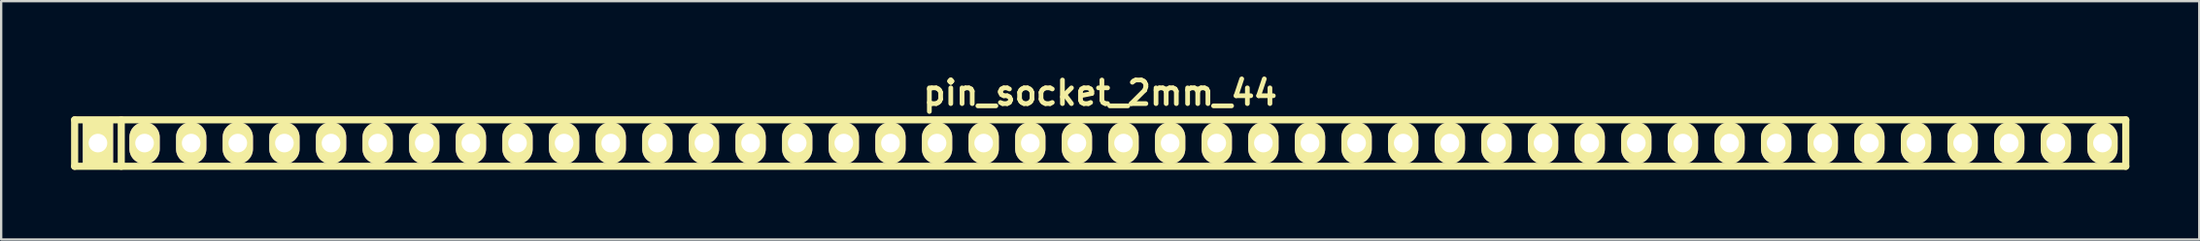
<source format=kicad_pcb>
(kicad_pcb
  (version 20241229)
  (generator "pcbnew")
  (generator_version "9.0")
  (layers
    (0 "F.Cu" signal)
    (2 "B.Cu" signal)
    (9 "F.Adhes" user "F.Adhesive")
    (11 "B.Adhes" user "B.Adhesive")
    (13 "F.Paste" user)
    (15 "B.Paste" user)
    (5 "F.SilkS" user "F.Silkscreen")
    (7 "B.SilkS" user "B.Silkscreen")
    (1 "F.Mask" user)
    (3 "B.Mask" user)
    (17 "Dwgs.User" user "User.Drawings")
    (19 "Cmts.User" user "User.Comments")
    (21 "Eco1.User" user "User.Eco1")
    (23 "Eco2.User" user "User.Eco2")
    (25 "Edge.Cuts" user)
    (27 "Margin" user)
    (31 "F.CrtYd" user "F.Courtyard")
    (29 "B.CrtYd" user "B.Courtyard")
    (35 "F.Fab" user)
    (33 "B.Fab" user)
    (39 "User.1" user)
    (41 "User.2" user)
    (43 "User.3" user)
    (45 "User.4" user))
  (footprint "pin_socket_2mm_44"
    (layer "F.Cu")
    (at 44.152 3.11)
    (property "Reference" "pin_socket_2mm_44" (at 0 -2.159 0) (layer "F.SilkS") (effects (font (size 1.016 1.016) (thickness 0.203))))
    (attr through_hole)
    (fp_line (start -44 -1) (end 44 -1) (stroke (width 0.305) (type solid)) (layer "F.SilkS"))
    (fp_line (start -44 1) (end -44 -1) (stroke (width 0.305) (type solid)) (layer "F.SilkS"))
    (fp_line (start -42 -1) (end -42 1) (stroke (width 0.305) (type solid)) (layer "F.SilkS"))
    (fp_line (start 44 -1) (end 44 1) (stroke (width 0.305) (type solid)) (layer "F.SilkS"))
    (fp_line (start 44 1) (end -44 1) (stroke (width 0.305) (type solid)) (layer "F.SilkS"))
    (pad "1" thru_hole rect (at -43 0) (size 1.3 1.8) (drill 0.8) (layers "*.Cu" "*.Mask" "F.SilkS"))
    (pad "2" thru_hole oval (at -41 0) (size 1.3 1.8) (drill 0.8) (layers "*.Cu" "*.Mask" "F.SilkS"))
    (pad "3" thru_hole oval (at -39 0) (size 1.3 1.8) (drill 0.8) (layers "*.Cu" "*.Mask" "F.SilkS"))
    (pad "4" thru_hole oval (at -37 0) (size 1.3 1.8) (drill 0.8) (layers "*.Cu" "*.Mask" "F.SilkS"))
    (pad "5" thru_hole oval (at -35 0) (size 1.3 1.8) (drill 0.8) (layers "*.Cu" "*.Mask" "F.SilkS"))
    (pad "6" thru_hole oval (at -33 0) (size 1.3 1.8) (drill 0.8) (layers "*.Cu" "*.Mask" "F.SilkS"))
    (pad "7" thru_hole oval (at -31 0) (size 1.3 1.8) (drill 0.8) (layers "*.Cu" "*.Mask" "F.SilkS"))
    (pad "8" thru_hole oval (at -29 0) (size 1.3 1.8) (drill 0.8) (layers "*.Cu" "*.Mask" "F.SilkS"))
    (pad "9" thru_hole oval (at -27 0) (size 1.3 1.8) (drill 0.8) (layers "*.Cu" "*.Mask" "F.SilkS"))
    (pad "10" thru_hole oval (at -25 0) (size 1.3 1.8) (drill 0.8) (layers "*.Cu" "*.Mask" "F.SilkS"))
    (pad "11" thru_hole oval (at -23 0) (size 1.3 1.8) (drill 0.8) (layers "*.Cu" "*.Mask" "F.SilkS"))
    (pad "12" thru_hole oval (at -21 0) (size 1.3 1.8) (drill 0.8) (layers "*.Cu" "*.Mask" "F.SilkS"))
    (pad "13" thru_hole oval (at -19 0) (size 1.3 1.8) (drill 0.8) (layers "*.Cu" "*.Mask" "F.SilkS"))
    (pad "14" thru_hole oval (at -17 0) (size 1.3 1.8) (drill 0.8) (layers "*.Cu" "*.Mask" "F.SilkS"))
    (pad "15" thru_hole oval (at -15 0) (size 1.3 1.8) (drill 0.8) (layers "*.Cu" "*.Mask" "F.SilkS"))
    (pad "16" thru_hole oval (at -13 0) (size 1.3 1.8) (drill 0.8) (layers "*.Cu" "*.Mask" "F.SilkS"))
    (pad "17" thru_hole oval (at -11 0) (size 1.3 1.8) (drill 0.8) (layers "*.Cu" "*.Mask" "F.SilkS"))
    (pad "18" thru_hole oval (at -9 0) (size 1.3 1.8) (drill 0.8) (layers "*.Cu" "*.Mask" "F.SilkS"))
    (pad "19" thru_hole oval (at -7 0) (size 1.3 1.8) (drill 0.8) (layers "*.Cu" "*.Mask" "F.SilkS"))
    (pad "20" thru_hole oval (at -5 0) (size 1.3 1.8) (drill 0.8) (layers "*.Cu" "*.Mask" "F.SilkS"))
    (pad "21" thru_hole oval (at -3 0) (size 1.3 1.8) (drill 0.8) (layers "*.Cu" "*.Mask" "F.SilkS"))
    (pad "22" thru_hole oval (at -1 0) (size 1.3 1.8) (drill 0.8) (layers "*.Cu" "*.Mask" "F.SilkS"))
    (pad "23" thru_hole oval (at 1 0) (size 1.3 1.8) (drill 0.8) (layers "*.Cu" "*.Mask" "F.SilkS"))
    (pad "24" thru_hole oval (at 3 0) (size 1.3 1.8) (drill 0.8) (layers "*.Cu" "*.Mask" "F.SilkS"))
    (pad "25" thru_hole oval (at 5 0) (size 1.3 1.8) (drill 0.8) (layers "*.Cu" "*.Mask" "F.SilkS"))
    (pad "26" thru_hole oval (at 7 0) (size 1.3 1.8) (drill 0.8) (layers "*.Cu" "*.Mask" "F.SilkS"))
    (pad "27" thru_hole oval (at 9 0) (size 1.3 1.8) (drill 0.8) (layers "*.Cu" "*.Mask" "F.SilkS"))
    (pad "28" thru_hole oval (at 11 0) (size 1.3 1.8) (drill 0.8) (layers "*.Cu" "*.Mask" "F.SilkS"))
    (pad "29" thru_hole oval (at 13 0) (size 1.3 1.8) (drill 0.8) (layers "*.Cu" "*.Mask" "F.SilkS"))
    (pad "30" thru_hole oval (at 15 0) (size 1.3 1.8) (drill 0.8) (layers "*.Cu" "*.Mask" "F.SilkS"))
    (pad "31" thru_hole oval (at 17 0) (size 1.3 1.8) (drill 0.8) (layers "*.Cu" "*.Mask" "F.SilkS"))
    (pad "32" thru_hole oval (at 19 0) (size 1.3 1.8) (drill 0.8) (layers "*.Cu" "*.Mask" "F.SilkS"))
    (pad "33" thru_hole oval (at 21 0) (size 1.3 1.8) (drill 0.8) (layers "*.Cu" "*.Mask" "F.SilkS"))
    (pad "34" thru_hole oval (at 23 0) (size 1.3 1.8) (drill 0.8) (layers "*.Cu" "*.Mask" "F.SilkS"))
    (pad "35" thru_hole oval (at 25 0) (size 1.3 1.8) (drill 0.8) (layers "*.Cu" "*.Mask" "F.SilkS"))
    (pad "36" thru_hole oval (at 27 0) (size 1.3 1.8) (drill 0.8) (layers "*.Cu" "*.Mask" "F.SilkS"))
    (pad "37" thru_hole oval (at 29 0) (size 1.3 1.8) (drill 0.8) (layers "*.Cu" "*.Mask" "F.SilkS"))
    (pad "38" thru_hole oval (at 31 0) (size 1.3 1.8) (drill 0.8) (layers "*.Cu" "*.Mask" "F.SilkS"))
    (pad "39" thru_hole oval (at 33 0) (size 1.3 1.8) (drill 0.8) (layers "*.Cu" "*.Mask" "F.SilkS"))
    (pad "40" thru_hole oval (at 35 0) (size 1.3 1.8) (drill 0.8) (layers "*.Cu" "*.Mask" "F.SilkS"))
    (pad "41" thru_hole oval (at 37 0) (size 1.3 1.8) (drill 0.8) (layers "*.Cu" "*.Mask" "F.SilkS"))
    (pad "42" thru_hole oval (at 39 0) (size 1.3 1.8) (drill 0.8) (layers "*.Cu" "*.Mask" "F.SilkS"))
    (pad "43" thru_hole oval (at 41 0) (size 1.3 1.8) (drill 0.8) (layers "*.Cu" "*.Mask" "F.SilkS"))
    (pad "44" thru_hole oval (at 43 0) (size 1.3 1.8) (drill 0.8) (layers "*.Cu" "*.Mask" "F.SilkS")))
  (gr_rect
    (start -3 -3)
    (end 91.305 7.262)
    (stroke (width 0.1) (type default))
    (fill no)
    (layer "Edge.Cuts")))
</source>
